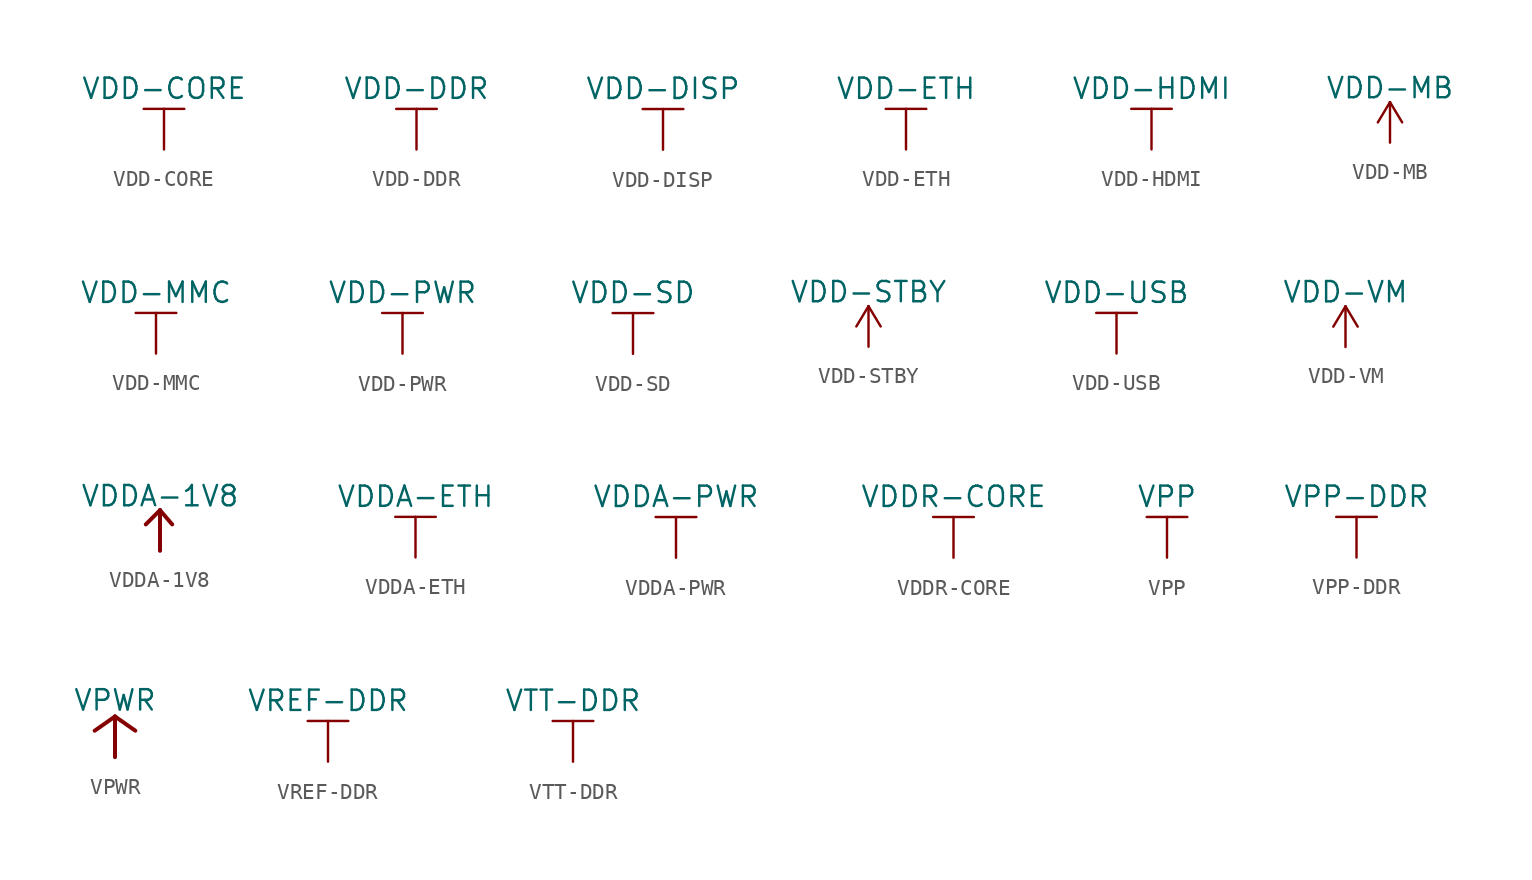
<source format=kicad_sym>
(kicad_symbol_lib
  (version 20231120)
  (generator "kicad_symbol_editor")
  (generator_version "8.0")
  (symbol "VDD-CORE"
    (power)
    (property "Reference" "#PWR"
      (at 3.81 0 0)
      (effects (font (size 1.27 1.27)) (hide yes)))
    (property "Value" "VDD-CORE"
      (at 0 3.81 0)
      (effects (font (size 1.27 1.27))))
    (symbol "VDD-CORE_0_0"
      (pin power_in line (at 0 0 90) (length 0) hide (name "VDD-CORE" (effects (font (size 1.27 1.27)))) (number "1" (effects (font (size 1.27 1.27))))))
    (symbol "VDD-CORE_0_1"
      (polyline (pts (xy -1.27 2.54) (xy 1.27 2.54)) (stroke (width 0) (type default)) (fill (type none)))
      (polyline (pts (xy 0 0) (xy 0 2.54)) (stroke (width 0) (type default)) (fill (type none)))))
  (symbol "VDD-DDR"
    (power)
    (property "Reference" "#PWR"
      (at 3.81 0 0)
      (effects (font (size 1.27 1.27)) (hide yes)))
    (property "Value" "VDD-DDR"
      (at 0 3.81 0)
      (effects (font (size 1.27 1.27))))
    (symbol "VDD-DDR_0_0"
      (pin power_in line (at 0 0 90) (length 0) hide (name "VDD-DDR" (effects (font (size 1.27 1.27)))) (number "1" (effects (font (size 1.27 1.27))))))
    (symbol "VDD-DDR_0_1"
      (polyline (pts (xy -1.27 2.54) (xy 1.27 2.54)) (stroke (width 0) (type default)) (fill (type none)))
      (polyline (pts (xy 0 0) (xy 0 2.54)) (stroke (width 0) (type default)) (fill (type none)))))
  (symbol "VDD-DISP"
    (power)
    (property "Reference" "#PWR"
      (at 3.81 0 0)
      (effects (font (size 1.27 1.27)) (hide yes)))
    (property "Value" "VDD-DISP"
      (at 0 3.81 0)
      (effects (font (size 1.27 1.27))))
    (symbol "VDD-DISP_0_0"
      (pin power_in line (at 0 0 90) (length 0) hide (name "VDD-DISP" (effects (font (size 1.27 1.27)))) (number "1" (effects (font (size 1.27 1.27))))))
    (symbol "VDD-DISP_0_1"
      (polyline (pts (xy -1.27 2.54) (xy 1.27 2.54)) (stroke (width 0) (type default)) (fill (type none)))
      (polyline (pts (xy 0 0) (xy 0 2.54)) (stroke (width 0) (type default)) (fill (type none)))))
  (symbol "VDD-ETH"
    (power)
    (property "Reference" "#PWR"
      (at 3.81 0 0)
      (effects (font (size 1.27 1.27)) (hide yes)))
    (property "Value" "VDD-ETH"
      (at 0 3.81 0)
      (effects (font (size 1.27 1.27))))
    (symbol "VDD-ETH_0_0"
      (pin power_in line (at 0 0 90) (length 0) hide (name "VDD-ETH" (effects (font (size 1.27 1.27)))) (number "1" (effects (font (size 1.27 1.27))))))
    (symbol "VDD-ETH_0_1"
      (polyline (pts (xy -1.27 2.54) (xy 1.27 2.54)) (stroke (width 0) (type default)) (fill (type none)))
      (polyline (pts (xy 0 0) (xy 0 2.54)) (stroke (width 0) (type default)) (fill (type none)))))
  (symbol "VDD-HDMI"
    (power)
    (property "Reference" "#PWR"
      (at 3.81 0 0)
      (effects (font (size 1.27 1.27)) (hide yes)))
    (property "Value" "VDD-HDMI"
      (at 0 3.81 0)
      (effects (font (size 1.27 1.27))))
    (symbol "VDD-HDMI_0_0"
      (pin power_in line (at 0 0 90) (length 0) hide (name "VDD-HDMI" (effects (font (size 1.27 1.27)))) (number "1" (effects (font (size 1.27 1.27))))))
    (symbol "VDD-HDMI_0_1"
      (polyline (pts (xy -1.27 2.54) (xy 1.27 2.54)) (stroke (width 0) (type default)) (fill (type none)))
      (polyline (pts (xy 0 0) (xy 0 2.54)) (stroke (width 0) (type default)) (fill (type none)))))
  (symbol "VDD-MB"
    (power)
    (pin_names
      (offset 0))
    (property "Reference" "#PWR"
      (at 0 -3.81 0)
      (effects (font (size 1.27 1.27)) (hide yes)))
    (property "Value" "VDD-MB"
      (at 0 3.429 0)
      (effects (font (size 1.27 1.27))))
    (symbol "VDD-MB_0_1"
      (polyline (pts (xy -0.762 1.27) (xy 0 2.54)) (stroke (width 0) (type default)) (fill (type none)))
      (polyline (pts (xy 0 0) (xy 0 2.54)) (stroke (width 0) (type default)) (fill (type none)))
      (polyline (pts (xy 0 2.54) (xy 0.762 1.27)) (stroke (width 0) (type default)) (fill (type none))))
    (symbol "VDD-MB_1_1"
      (pin power_in line (at 0 0 90) (length 0) hide (name "VDD-MB" (effects (font (size 1.27 1.27)))) (number "1" (effects (font (size 1.27 1.27)))))))
  (symbol "VDD-MMC"
    (power)
    (property "Reference" "#PWR"
      (at 3.81 0 0)
      (effects (font (size 1.27 1.27)) (hide yes)))
    (property "Value" "VDD-MMC"
      (at 0 3.81 0)
      (effects (font (size 1.27 1.27))))
    (symbol "VDD-MMC_0_0"
      (pin power_in line (at 0 0 90) (length 0) hide (name "VDD-MMC" (effects (font (size 1.27 1.27)))) (number "1" (effects (font (size 1.27 1.27))))))
    (symbol "VDD-MMC_0_1"
      (polyline (pts (xy -1.27 2.54) (xy 1.27 2.54)) (stroke (width 0) (type default)) (fill (type none)))
      (polyline (pts (xy 0 0) (xy 0 2.54)) (stroke (width 0) (type default)) (fill (type none)))))
  (symbol "VDD-PWR"
    (power)
    (property "Reference" "#PWR"
      (at 3.81 0 0)
      (effects (font (size 1.27 1.27)) (hide yes)))
    (property "Value" "VDD-PWR"
      (at 0 3.81 0)
      (effects (font (size 1.27 1.27))))
    (symbol "VDD-PWR_0_0"
      (pin power_in line (at 0 0 90) (length 0) hide (name "VDD-PWR" (effects (font (size 1.27 1.27)))) (number "1" (effects (font (size 1.27 1.27))))))
    (symbol "VDD-PWR_0_1"
      (polyline (pts (xy -1.27 2.54) (xy 1.27 2.54)) (stroke (width 0) (type default)) (fill (type none)))
      (polyline (pts (xy 0 0) (xy 0 2.54)) (stroke (width 0) (type default)) (fill (type none)))))
  (symbol "VDD-SD"
    (power)
    (property "Reference" "#PWR"
      (at 3.81 0 0)
      (effects (font (size 1.27 1.27)) (hide yes)))
    (property "Value" "VDD-SD"
      (at 0 3.81 0)
      (effects (font (size 1.27 1.27))))
    (symbol "VDD-SD_0_0"
      (pin power_in line (at 0 0 90) (length 0) hide (name "VDD-SD" (effects (font (size 1.27 1.27)))) (number "1" (effects (font (size 1.27 1.27))))))
    (symbol "VDD-SD_0_1"
      (polyline (pts (xy -1.27 2.54) (xy 1.27 2.54)) (stroke (width 0) (type default)) (fill (type none)))
      (polyline (pts (xy 0 0) (xy 0 2.54)) (stroke (width 0) (type default)) (fill (type none)))))
  (symbol "VDD-STBY"
    (power)
    (pin_names
      (offset 0))
    (property "Reference" "#PWR"
      (at 0 -3.81 0)
      (effects (font (size 1.27 1.27)) (hide yes)))
    (property "Value" "VDD-STBY"
      (at 0 3.429 0)
      (effects (font (size 1.27 1.27))))
    (symbol "VDD-STBY_0_1"
      (polyline (pts (xy -0.762 1.27) (xy 0 2.54)) (stroke (width 0) (type default)) (fill (type none)))
      (polyline (pts (xy 0 0) (xy 0 2.54)) (stroke (width 0) (type default)) (fill (type none)))
      (polyline (pts (xy 0 2.54) (xy 0.762 1.27)) (stroke (width 0) (type default)) (fill (type none))))
    (symbol "VDD-STBY_1_1"
      (pin power_in line (at 0 0 90) (length 0) hide (name "VDD-STBY" (effects (font (size 1.27 1.27)))) (number "1" (effects (font (size 1.27 1.27)))))))
  (symbol "VDD-USB"
    (power)
    (property "Reference" "#PWR"
      (at 3.81 0 0)
      (effects (font (size 1.27 1.27)) (hide yes)))
    (property "Value" "VDD-USB"
      (at 0 3.81 0)
      (effects (font (size 1.27 1.27))))
    (symbol "VDD-USB_0_0"
      (pin power_in line (at 0 0 90) (length 0) hide (name "VDD-USB" (effects (font (size 1.27 1.27)))) (number "1" (effects (font (size 1.27 1.27))))))
    (symbol "VDD-USB_0_1"
      (polyline (pts (xy -1.27 2.54) (xy 1.27 2.54)) (stroke (width 0) (type default)) (fill (type none)))
      (polyline (pts (xy 0 0) (xy 0 2.54)) (stroke (width 0) (type default)) (fill (type none)))))
  (symbol "VDD-VM"
    (power)
    (pin_names
      (offset 0))
    (property "Reference" "#PWR"
      (at 0 -3.81 0)
      (effects (font (size 1.27 1.27)) (hide yes)))
    (property "Value" "VDD-VM"
      (at 0 3.429 0)
      (effects (font (size 1.27 1.27))))
    (symbol "VDD-VM_0_1"
      (polyline (pts (xy -0.762 1.27) (xy 0 2.54)) (stroke (width 0) (type default)) (fill (type none)))
      (polyline (pts (xy 0 0) (xy 0 2.54)) (stroke (width 0) (type default)) (fill (type none)))
      (polyline (pts (xy 0 2.54) (xy 0.762 1.27)) (stroke (width 0) (type default)) (fill (type none))))
    (symbol "VDD-VM_1_1"
      (pin power_in line (at 0 0 90) (length 0) hide (name "VDD-VM" (effects (font (size 1.27 1.27)))) (number "1" (effects (font (size 1.27 1.27)))))))
  (symbol "VDDA-1V8"
    (power)
    (pin_names
      (offset 0))
    (property "Reference" "#PWR"
      (at 0 -3.81 0)
      (effects (font (size 1.27 1.27)) (hide yes)))
    (property "Value" "VDDA-1V8"
      (at 0 3.429 0)
      (effects (font (size 1.27 1.27))))
    (symbol "VDDA-1V8_0_1"
      (polyline (pts (xy -0.889 1.651) (xy 0 2.54)) (stroke (width 0.25) (type default)) (fill (type none)))
      (polyline (pts (xy 0 0) (xy 0 2.54)) (stroke (width 0.25) (type default)) (fill (type none)))
      (polyline (pts (xy 0 2.54) (xy 0.762 1.651)) (stroke (width 0.25) (type default)) (fill (type none))))
    (symbol "VDDA-1V8_1_1"
      (pin power_in line (at 0 0 90) (length 0) hide (name "VDDA-1V8" (effects (font (size 1.27 1.27)))) (number "1" (effects (font (size 1.27 1.27)))))))
  (symbol "VDDA-ETH"
    (power)
    (property "Reference" "#PWR"
      (at 3.81 0 0)
      (effects (font (size 1.27 1.27)) (hide yes)))
    (property "Value" "VDDA-ETH"
      (at 0 3.81 0)
      (effects (font (size 1.27 1.27))))
    (symbol "VDDA-ETH_0_0"
      (pin power_in line (at 0 0 90) (length 0) hide (name "VDDA-ETH" (effects (font (size 1.27 1.27)))) (number "1" (effects (font (size 1.27 1.27))))))
    (symbol "VDDA-ETH_0_1"
      (polyline (pts (xy -1.27 2.54) (xy 1.27 2.54)) (stroke (width 0) (type default)) (fill (type none)))
      (polyline (pts (xy 0 0) (xy 0 2.54)) (stroke (width 0) (type default)) (fill (type none)))))
  (symbol "VDDA-PWR"
    (power)
    (property "Reference" "#PWR"
      (at 3.81 0 0)
      (effects (font (size 1.27 1.27)) (hide yes)))
    (property "Value" "VDDA-PWR"
      (at 0 3.81 0)
      (effects (font (size 1.27 1.27))))
    (symbol "VDDA-PWR_0_0"
      (pin power_in line (at 0 0 90) (length 0) hide (name "VDDA-PWR" (effects (font (size 1.27 1.27)))) (number "1" (effects (font (size 1.27 1.27))))))
    (symbol "VDDA-PWR_0_1"
      (polyline (pts (xy -1.27 2.54) (xy 1.27 2.54)) (stroke (width 0) (type default)) (fill (type none)))
      (polyline (pts (xy 0 0) (xy 0 2.54)) (stroke (width 0) (type default)) (fill (type none)))))
  (symbol "VDDR-CORE"
    (power)
    (property "Reference" "#PWR"
      (at 3.81 0 0)
      (effects (font (size 1.27 1.27)) (hide yes)))
    (property "Value" "VDDR-CORE"
      (at 0 3.81 0)
      (effects (font (size 1.27 1.27))))
    (symbol "VDDR-CORE_0_0"
      (pin power_in line (at 0 0 90) (length 0) hide (name "VDDR-CORE" (effects (font (size 1.27 1.27)))) (number "1" (effects (font (size 1.27 1.27))))))
    (symbol "VDDR-CORE_0_1"
      (polyline (pts (xy -1.27 2.54) (xy 1.27 2.54)) (stroke (width 0) (type default)) (fill (type none)))
      (polyline (pts (xy 0 0) (xy 0 2.54)) (stroke (width 0) (type default)) (fill (type none)))))
  (symbol "VPP"
    (power)
    (property "Reference" "#PWR"
      (at 3.81 0 0)
      (effects (font (size 1.27 1.27)) (hide yes)))
    (property "Value" "VPP"
      (at 0 3.81 0)
      (effects (font (size 1.27 1.27))))
    (symbol "VPP_0_0"
      (pin power_in line (at 0 0 90) (length 0) hide (name "VPP" (effects (font (size 1.27 1.27)))) (number "1" (effects (font (size 1.27 1.27))))))
    (symbol "VPP_0_1"
      (polyline (pts (xy -1.27 2.54) (xy 1.27 2.54)) (stroke (width 0) (type default)) (fill (type none)))
      (polyline (pts (xy 0 0) (xy 0 2.54)) (stroke (width 0) (type default)) (fill (type none)))))
  (symbol "VPP-DDR"
    (power)
    (property "Reference" "#PWR"
      (at 3.81 0 0)
      (effects (font (size 1.27 1.27)) (hide yes)))
    (property "Value" "VPP-DDR"
      (at 0 3.81 0)
      (effects (font (size 1.27 1.27))))
    (symbol "VPP-DDR_0_0"
      (pin power_in line (at 0 0 90) (length 0) hide (name "VPP-DDR" (effects (font (size 1.27 1.27)))) (number "1" (effects (font (size 1.27 1.27))))))
    (symbol "VPP-DDR_0_1"
      (polyline (pts (xy -1.27 2.54) (xy 1.27 2.54)) (stroke (width 0) (type default)) (fill (type none)))
      (polyline (pts (xy 0 0) (xy 0 2.54)) (stroke (width 0) (type default)) (fill (type none)))))
  (symbol "VPWR"
    (power)
    (pin_names
      (offset 0))
    (property "Reference" "#PWR"
      (at 0 -3.81 0)
      (effects (font (size 1.27 1.27)) (hide yes)))
    (property "Value" "VPWR"
      (at 0 3.556 0)
      (effects (font (size 1.27 1.27))))
    (symbol "VPWR_0_1"
      (polyline (pts (xy -1.27 1.651) (xy 0 2.54)) (stroke (width 0.25) (type default)) (fill (type none)))
      (polyline (pts (xy 0 0) (xy 0 2.54)) (stroke (width 0.25) (type default)) (fill (type none)))
      (polyline (pts (xy 0 2.54) (xy 1.27 1.651)) (stroke (width 0.25) (type default)) (fill (type none))))
    (symbol "VPWR_1_1"
      (pin power_in line (at 0 0 90) (length 0) hide (name "VPWR" (effects (font (size 1.27 1.27)))) (number "1" (effects (font (size 1.27 1.27)))))))
  (symbol "VREF-DDR"
    (power)
    (property "Reference" "#PWR"
      (at 3.81 0 0)
      (effects (font (size 1.27 1.27)) (hide yes)))
    (property "Value" "VREF-DDR"
      (at 0 3.81 0)
      (effects (font (size 1.27 1.27))))
    (symbol "VREF-DDR_0_0"
      (pin power_in line (at 0 0 90) (length 0) hide (name "VREF-DDR" (effects (font (size 1.27 1.27)))) (number "1" (effects (font (size 1.27 1.27))))))
    (symbol "VREF-DDR_0_1"
      (polyline (pts (xy -1.27 2.54) (xy 1.27 2.54)) (stroke (width 0) (type default)) (fill (type none)))
      (polyline (pts (xy 0 0) (xy 0 2.54)) (stroke (width 0) (type default)) (fill (type none)))))
  (symbol "VTT-DDR"
    (power)
    (property "Reference" "#PWR"
      (at 3.81 0 0)
      (effects (font (size 1.27 1.27)) (hide yes)))
    (property "Value" "VTT-DDR"
      (at 0 3.81 0)
      (effects (font (size 1.27 1.27))))
    (symbol "VTT-DDR_0_0"
      (pin power_in line (at 0 0 90) (length 0) hide (name "VTT-DDR" (effects (font (size 1.27 1.27)))) (number "1" (effects (font (size 1.27 1.27))))))
    (symbol "VTT-DDR_0_1"
      (polyline (pts (xy -1.27 2.54) (xy 1.27 2.54)) (stroke (width 0) (type default)) (fill (type none)))
      (polyline (pts (xy 0 0) (xy 0 2.54)) (stroke (width 0) (type default)) (fill (type none))))))
</source>
